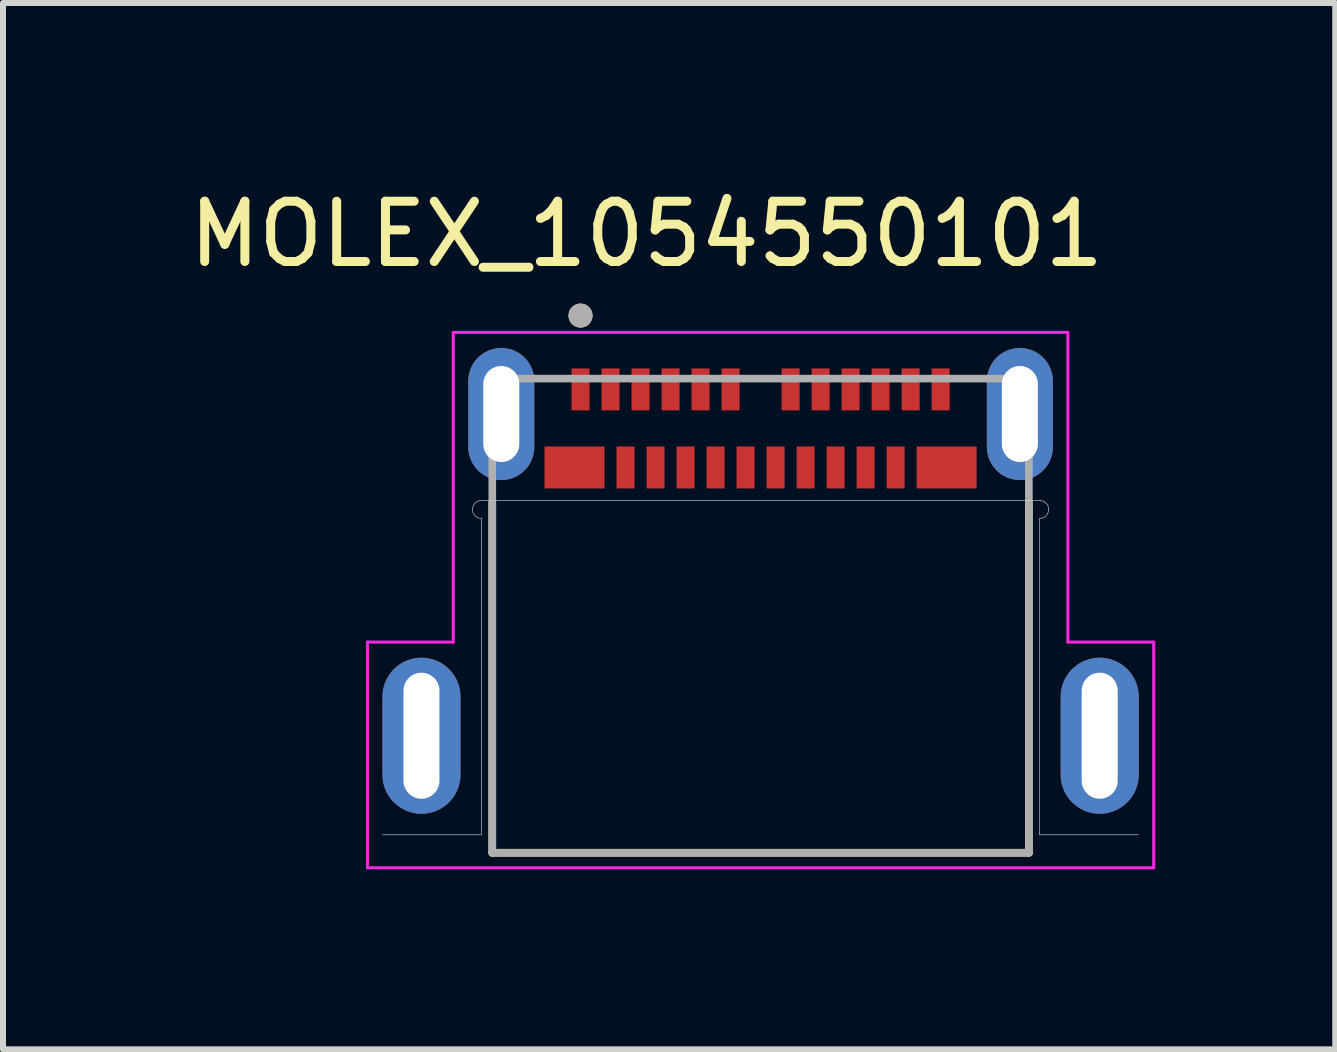
<source format=kicad_pcb>
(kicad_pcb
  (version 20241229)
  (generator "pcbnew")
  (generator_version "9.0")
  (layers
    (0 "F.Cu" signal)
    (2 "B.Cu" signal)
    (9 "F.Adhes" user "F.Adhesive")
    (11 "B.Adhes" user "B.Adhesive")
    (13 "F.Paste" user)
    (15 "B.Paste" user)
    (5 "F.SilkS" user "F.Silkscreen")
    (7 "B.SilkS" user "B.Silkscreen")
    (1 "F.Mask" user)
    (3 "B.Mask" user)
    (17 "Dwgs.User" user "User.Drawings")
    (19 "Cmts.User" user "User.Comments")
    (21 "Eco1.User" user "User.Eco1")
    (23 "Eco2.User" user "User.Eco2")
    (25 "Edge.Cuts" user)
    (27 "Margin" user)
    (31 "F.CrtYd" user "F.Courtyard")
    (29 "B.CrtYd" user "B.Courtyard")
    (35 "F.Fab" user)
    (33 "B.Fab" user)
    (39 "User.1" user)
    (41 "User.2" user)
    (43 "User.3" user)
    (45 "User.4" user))
  (footprint "MOLEX_1054550101"
    (layer "F.Cu")
    (at 9.622 7.208)
    (property "Reference" "MOLEX_1054550101" (at -1.899 -6.358 0) (layer "F.SilkS") (effects (font (size 1.004 1.004) (thickness 0.15))))
    (attr through_hole)
    (fp_line (start -4.47 3.95) (end -4.47 -1.88) (stroke (width 0.127) (type solid)) (layer "F.SilkS"))
    (fp_line (start -4.47 3.95) (end 4.47 3.95) (stroke (width 0.127) (type solid)) (layer "F.SilkS"))
    (fp_line (start 4.47 3.95) (end 4.47 -1.88) (stroke (width 0.127) (type solid)) (layer "F.SilkS"))
    (fp_circle (center -3 -5) (end -2.9 -5) (stroke (width 0.2) (type solid)) (fill no) (layer "F.SilkS"))
    (fp_line (start -6.3 3.65) (end -4.65 3.65) (stroke (width 0.01) (type solid)) (layer "Edge.Cuts"))
    (fp_line (start -4.65 -1.92) (end 4.65 -1.92) (stroke (width 0.01) (type solid)) (layer "Edge.Cuts"))
    (fp_line (start -4.65 3.65) (end -4.65 -1.62) (stroke (width 0.01) (type solid)) (layer "Edge.Cuts"))
    (fp_line (start 4.65 3.65) (end 4.65 -1.62) (stroke (width 0.01) (type solid)) (layer "Edge.Cuts"))
    (fp_line (start 4.65 3.65) (end 6.3 3.65) (stroke (width 0.01) (type solid)) (layer "Edge.Cuts"))
    (fp_arc (start -4.8 -1.77) (mid -4.756066 -1.876066) (end -4.65 -1.92) (stroke (width 0.01) (type solid)) (layer "Edge.Cuts"))
    (fp_arc (start -4.65 -1.62) (mid -4.756066 -1.663934) (end -4.8 -1.77) (stroke (width 0.01) (type solid)) (layer "Edge.Cuts"))
    (fp_arc (start 4.65 -1.92) (mid 4.756066 -1.876066) (end 4.8 -1.77) (stroke (width 0.01) (type solid)) (layer "Edge.Cuts"))
    (fp_arc (start 4.8 -1.77) (mid 4.756066 -1.663934) (end 4.65 -1.62) (stroke (width 0.01) (type solid)) (layer "Edge.Cuts"))
    (fp_line (start -6.55 0.44) (end -5.12 0.44) (stroke (width 0.05) (type solid)) (layer "F.CrtYd"))
    (fp_line (start -6.55 4.2) (end -6.55 0.44) (stroke (width 0.05) (type solid)) (layer "F.CrtYd"))
    (fp_line (start -5.12 -4.72) (end 5.12 -4.72) (stroke (width 0.05) (type solid)) (layer "F.CrtYd"))
    (fp_line (start -5.12 0.44) (end -5.12 -4.72) (stroke (width 0.05) (type solid)) (layer "F.CrtYd"))
    (fp_line (start 5.12 0.44) (end 5.12 -4.72) (stroke (width 0.05) (type solid)) (layer "F.CrtYd"))
    (fp_line (start 5.12 0.44) (end 6.55 0.44) (stroke (width 0.05) (type solid)) (layer "F.CrtYd"))
    (fp_line (start 6.55 4.2) (end -6.55 4.2) (stroke (width 0.05) (type solid)) (layer "F.CrtYd"))
    (fp_line (start 6.55 4.2) (end 6.55 0.44) (stroke (width 0.05) (type solid)) (layer "F.CrtYd"))
    (fp_line (start -4.47 -3.95) (end -4.47 3.95) (stroke (width 0.127) (type solid)) (layer "F.Fab"))
    (fp_line (start -4.47 3.95) (end 4.47 3.95) (stroke (width 0.127) (type solid)) (layer "F.Fab"))
    (fp_line (start 4.47 -3.95) (end -4.47 -3.95) (stroke (width 0.127) (type solid)) (layer "F.Fab"))
    (fp_line (start 4.47 3.95) (end 4.47 -3.95) (stroke (width 0.127) (type solid)) (layer "F.Fab"))
    (fp_circle (center -3 -5) (end -2.9 -5) (stroke (width 0.2) (type solid)) (fill no) (layer "F.Fab"))
    (pad "A1" smd rect (at -3 -3.77) (size 0.3 0.7) (layers "F.Cu" "F.Mask" "F.Paste"))
    (pad "A2" smd rect (at -2.5 -3.77) (size 0.3 0.7) (layers "F.Cu" "F.Mask" "F.Paste"))
    (pad "A3" smd rect (at -2 -3.77) (size 0.3 0.7) (layers "F.Cu" "F.Mask" "F.Paste"))
    (pad "A4" smd rect (at -1.5 -3.77) (size 0.3 0.7) (layers "F.Cu" "F.Mask" "F.Paste"))
    (pad "A5" smd rect (at -1 -3.77) (size 0.3 0.7) (layers "F.Cu" "F.Mask" "F.Paste"))
    (pad "A6" smd rect (at -0.5 -3.77) (size 0.3 0.7) (layers "F.Cu" "F.Mask" "F.Paste"))
    (pad "A7" smd rect (at 0.5 -3.77) (size 0.3 0.7) (layers "F.Cu" "F.Mask" "F.Paste"))
    (pad "A8" smd rect (at 1 -3.77) (size 0.3 0.7) (layers "F.Cu" "F.Mask" "F.Paste"))
    (pad "A9" smd rect (at 1.5 -3.77) (size 0.3 0.7) (layers "F.Cu" "F.Mask" "F.Paste"))
    (pad "A10" smd rect (at 2 -3.77) (size 0.3 0.7) (layers "F.Cu" "F.Mask" "F.Paste"))
    (pad "A11" smd rect (at 2.5 -3.77) (size 0.3 0.7) (layers "F.Cu" "F.Mask" "F.Paste"))
    (pad "A12" smd rect (at 3 -3.77) (size 0.3 0.7) (layers "F.Cu" "F.Mask" "F.Paste"))
    (pad "B1" smd rect (at 3.1 -2.47) (size 1 0.7) (layers "F.Cu" "F.Mask" "F.Paste"))
    (pad "B2" smd rect (at 2.25 -2.47) (size 0.3 0.7) (layers "F.Cu" "F.Mask" "F.Paste"))
    (pad "B3" smd rect (at 1.75 -2.47) (size 0.3 0.7) (layers "F.Cu" "F.Mask" "F.Paste"))
    (pad "B4" smd rect (at 1.25 -2.47) (size 0.3 0.7) (layers "F.Cu" "F.Mask" "F.Paste"))
    (pad "B5" smd rect (at 0.75 -2.47) (size 0.3 0.7) (layers "F.Cu" "F.Mask" "F.Paste"))
    (pad "B6" smd rect (at 0.25 -2.47) (size 0.3 0.7) (layers "F.Cu" "F.Mask" "F.Paste"))
    (pad "B7" smd rect (at -0.25 -2.47) (size 0.3 0.7) (layers "F.Cu" "F.Mask" "F.Paste"))
    (pad "B8" smd rect (at -0.75 -2.47) (size 0.3 0.7) (layers "F.Cu" "F.Mask" "F.Paste"))
    (pad "B9" smd rect (at -1.25 -2.47) (size 0.3 0.7) (layers "F.Cu" "F.Mask" "F.Paste"))
    (pad "B10" smd rect (at -1.75 -2.47) (size 0.3 0.7) (layers "F.Cu" "F.Mask" "F.Paste"))
    (pad "B11" smd rect (at -2.25 -2.47) (size 0.3 0.7) (layers "F.Cu" "F.Mask" "F.Paste"))
    (pad "B12" smd rect (at -3.1 -2.47) (size 1 0.7) (layers "F.Cu" "F.Mask" "F.Paste"))
    (pad "S1" thru_hole oval (at -4.32 -3.36) (size 1.1 2.2) (drill oval 0.6 1.6) (layers "*.Cu" "*.Mask"))
    (pad "S2" thru_hole oval (at 4.32 -3.36) (size 1.1 2.2) (drill oval 0.6 1.6) (layers "*.Cu" "*.Mask"))
    (pad "S3" thru_hole oval (at -5.65 2) (size 1.3 2.6) (drill oval 0.6 2.1) (layers "*.Cu" "*.Mask"))
    (pad "S4" thru_hole oval (at 5.65 2) (size 1.3 2.6) (drill oval 0.6 2.1) (layers "*.Cu" "*.Mask")))
  (gr_rect
    (start -3 -3)
    (end 19.197 14.433)
    (stroke (width 0.1) (type default))
    (fill no)
    (layer "Edge.Cuts")))
</source>
